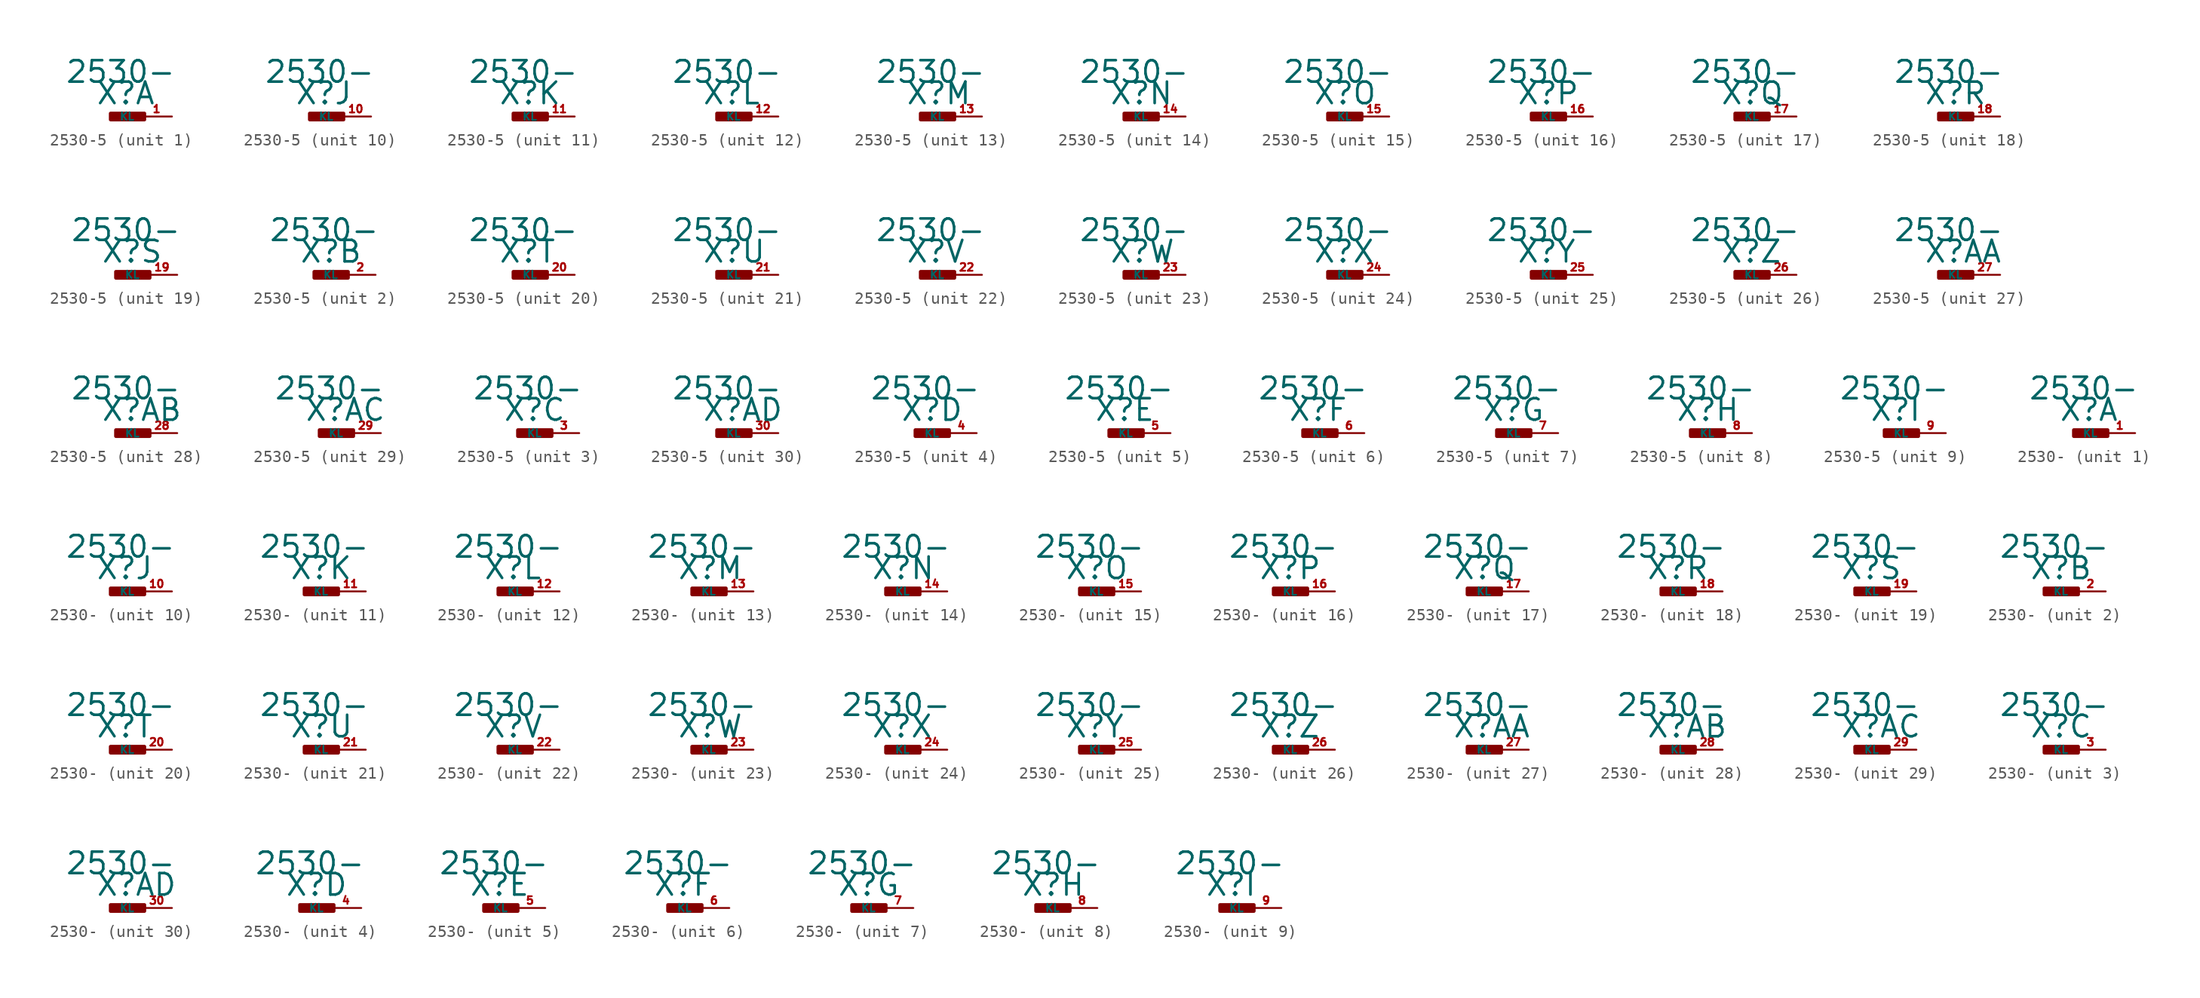
<source format=kicad_sym>
(kicad_symbol_lib
  (version 20220914)
  (generator Eagle2Kicad)
  (symbol "2530-5"
    (property "Reference" "X"
      (at -1.27 0.889 0)
      (effects (font (size 1.778 1.778) (thickness 0.22)) (justify left bottom)))
    (property "Value" "2530-"
      (at -3.81 2.667 0)
      (effects (font (size 1.778 1.778) (thickness 0.22)) (justify left bottom)))
    (symbol "2530-5_1_0"
      (rectangle (start 0 -0.254) (end 2.794 0.254) (stroke (width 0.3) (type default)) (fill (type outline)))
      (pin passive line (at 5.08 0 180) (length 2.54) (name "KL" (effects (font (size 0.635 0.635) (thickness 0.08)) (justify left bottom))) (number "1" (effects (font (size 0.635 0.635) (thickness 0.08)) (justify left bottom)))))
    (symbol "2530-5_2_0"
      (rectangle (start 0 -0.254) (end 2.794 0.254) (stroke (width 0.3) (type default)) (fill (type outline)))
      (pin passive line (at 5.08 0 180) (length 2.54) (name "KL" (effects (font (size 0.635 0.635) (thickness 0.08)) (justify left bottom))) (number "2" (effects (font (size 0.635 0.635) (thickness 0.08)) (justify left bottom)))))
    (symbol "2530-5_3_0"
      (rectangle (start 0 -0.254) (end 2.794 0.254) (stroke (width 0.3) (type default)) (fill (type outline)))
      (pin passive line (at 5.08 0 180) (length 2.54) (name "KL" (effects (font (size 0.635 0.635) (thickness 0.08)) (justify left bottom))) (number "3" (effects (font (size 0.635 0.635) (thickness 0.08)) (justify left bottom)))))
    (symbol "2530-5_4_0"
      (rectangle (start 0 -0.254) (end 2.794 0.254) (stroke (width 0.3) (type default)) (fill (type outline)))
      (pin passive line (at 5.08 0 180) (length 2.54) (name "KL" (effects (font (size 0.635 0.635) (thickness 0.08)) (justify left bottom))) (number "4" (effects (font (size 0.635 0.635) (thickness 0.08)) (justify left bottom)))))
    (symbol "2530-5_5_0"
      (rectangle (start 0 -0.254) (end 2.794 0.254) (stroke (width 0.3) (type default)) (fill (type outline)))
      (pin passive line (at 5.08 0 180) (length 2.54) (name "KL" (effects (font (size 0.635 0.635) (thickness 0.08)) (justify left bottom))) (number "5" (effects (font (size 0.635 0.635) (thickness 0.08)) (justify left bottom)))))
    (symbol "2530-5_6_0"
      (rectangle (start 0 -0.254) (end 2.794 0.254) (stroke (width 0.3) (type default)) (fill (type outline)))
      (pin passive line (at 5.08 0 180) (length 2.54) (name "KL" (effects (font (size 0.635 0.635) (thickness 0.08)) (justify left bottom))) (number "6" (effects (font (size 0.635 0.635) (thickness 0.08)) (justify left bottom)))))
    (symbol "2530-5_7_0"
      (rectangle (start 0 -0.254) (end 2.794 0.254) (stroke (width 0.3) (type default)) (fill (type outline)))
      (pin passive line (at 5.08 0 180) (length 2.54) (name "KL" (effects (font (size 0.635 0.635) (thickness 0.08)) (justify left bottom))) (number "7" (effects (font (size 0.635 0.635) (thickness 0.08)) (justify left bottom)))))
    (symbol "2530-5_8_0"
      (rectangle (start 0 -0.254) (end 2.794 0.254) (stroke (width 0.3) (type default)) (fill (type outline)))
      (pin passive line (at 5.08 0 180) (length 2.54) (name "KL" (effects (font (size 0.635 0.635) (thickness 0.08)) (justify left bottom))) (number "8" (effects (font (size 0.635 0.635) (thickness 0.08)) (justify left bottom)))))
    (symbol "2530-5_9_0"
      (rectangle (start 0 -0.254) (end 2.794 0.254) (stroke (width 0.3) (type default)) (fill (type outline)))
      (pin passive line (at 5.08 0 180) (length 2.54) (name "KL" (effects (font (size 0.635 0.635) (thickness 0.08)) (justify left bottom))) (number "9" (effects (font (size 0.635 0.635) (thickness 0.08)) (justify left bottom)))))
    (symbol "2530-5_10_0"
      (rectangle (start 0 -0.254) (end 2.794 0.254) (stroke (width 0.3) (type default)) (fill (type outline)))
      (pin passive line (at 5.08 0 180) (length 2.54) (name "KL" (effects (font (size 0.635 0.635) (thickness 0.08)) (justify left bottom))) (number "10" (effects (font (size 0.635 0.635) (thickness 0.08)) (justify left bottom)))))
    (symbol "2530-5_11_0"
      (rectangle (start 0 -0.254) (end 2.794 0.254) (stroke (width 0.3) (type default)) (fill (type outline)))
      (pin passive line (at 5.08 0 180) (length 2.54) (name "KL" (effects (font (size 0.635 0.635) (thickness 0.08)) (justify left bottom))) (number "11" (effects (font (size 0.635 0.635) (thickness 0.08)) (justify left bottom)))))
    (symbol "2530-5_12_0"
      (rectangle (start 0 -0.254) (end 2.794 0.254) (stroke (width 0.3) (type default)) (fill (type outline)))
      (pin passive line (at 5.08 0 180) (length 2.54) (name "KL" (effects (font (size 0.635 0.635) (thickness 0.08)) (justify left bottom))) (number "12" (effects (font (size 0.635 0.635) (thickness 0.08)) (justify left bottom)))))
    (symbol "2530-5_13_0"
      (rectangle (start 0 -0.254) (end 2.794 0.254) (stroke (width 0.3) (type default)) (fill (type outline)))
      (pin passive line (at 5.08 0 180) (length 2.54) (name "KL" (effects (font (size 0.635 0.635) (thickness 0.08)) (justify left bottom))) (number "13" (effects (font (size 0.635 0.635) (thickness 0.08)) (justify left bottom)))))
    (symbol "2530-5_14_0"
      (rectangle (start 0 -0.254) (end 2.794 0.254) (stroke (width 0.3) (type default)) (fill (type outline)))
      (pin passive line (at 5.08 0 180) (length 2.54) (name "KL" (effects (font (size 0.635 0.635) (thickness 0.08)) (justify left bottom))) (number "14" (effects (font (size 0.635 0.635) (thickness 0.08)) (justify left bottom)))))
    (symbol "2530-5_15_0"
      (rectangle (start 0 -0.254) (end 2.794 0.254) (stroke (width 0.3) (type default)) (fill (type outline)))
      (pin passive line (at 5.08 0 180) (length 2.54) (name "KL" (effects (font (size 0.635 0.635) (thickness 0.08)) (justify left bottom))) (number "15" (effects (font (size 0.635 0.635) (thickness 0.08)) (justify left bottom)))))
    (symbol "2530-5_16_0"
      (rectangle (start 0 -0.254) (end 2.794 0.254) (stroke (width 0.3) (type default)) (fill (type outline)))
      (pin passive line (at 5.08 0 180) (length 2.54) (name "KL" (effects (font (size 0.635 0.635) (thickness 0.08)) (justify left bottom))) (number "16" (effects (font (size 0.635 0.635) (thickness 0.08)) (justify left bottom)))))
    (symbol "2530-5_17_0"
      (rectangle (start 0 -0.254) (end 2.794 0.254) (stroke (width 0.3) (type default)) (fill (type outline)))
      (pin passive line (at 5.08 0 180) (length 2.54) (name "KL" (effects (font (size 0.635 0.635) (thickness 0.08)) (justify left bottom))) (number "17" (effects (font (size 0.635 0.635) (thickness 0.08)) (justify left bottom)))))
    (symbol "2530-5_18_0"
      (rectangle (start 0 -0.254) (end 2.794 0.254) (stroke (width 0.3) (type default)) (fill (type outline)))
      (pin passive line (at 5.08 0 180) (length 2.54) (name "KL" (effects (font (size 0.635 0.635) (thickness 0.08)) (justify left bottom))) (number "18" (effects (font (size 0.635 0.635) (thickness 0.08)) (justify left bottom)))))
    (symbol "2530-5_19_0"
      (rectangle (start 0 -0.254) (end 2.794 0.254) (stroke (width 0.3) (type default)) (fill (type outline)))
      (pin passive line (at 5.08 0 180) (length 2.54) (name "KL" (effects (font (size 0.635 0.635) (thickness 0.08)) (justify left bottom))) (number "19" (effects (font (size 0.635 0.635) (thickness 0.08)) (justify left bottom)))))
    (symbol "2530-5_20_0"
      (rectangle (start 0 -0.254) (end 2.794 0.254) (stroke (width 0.3) (type default)) (fill (type outline)))
      (pin passive line (at 5.08 0 180) (length 2.54) (name "KL" (effects (font (size 0.635 0.635) (thickness 0.08)) (justify left bottom))) (number "20" (effects (font (size 0.635 0.635) (thickness 0.08)) (justify left bottom)))))
    (symbol "2530-5_21_0"
      (rectangle (start 0 -0.254) (end 2.794 0.254) (stroke (width 0.3) (type default)) (fill (type outline)))
      (pin passive line (at 5.08 0 180) (length 2.54) (name "KL" (effects (font (size 0.635 0.635) (thickness 0.08)) (justify left bottom))) (number "21" (effects (font (size 0.635 0.635) (thickness 0.08)) (justify left bottom)))))
    (symbol "2530-5_22_0"
      (rectangle (start 0 -0.254) (end 2.794 0.254) (stroke (width 0.3) (type default)) (fill (type outline)))
      (pin passive line (at 5.08 0 180) (length 2.54) (name "KL" (effects (font (size 0.635 0.635) (thickness 0.08)) (justify left bottom))) (number "22" (effects (font (size 0.635 0.635) (thickness 0.08)) (justify left bottom)))))
    (symbol "2530-5_23_0"
      (rectangle (start 0 -0.254) (end 2.794 0.254) (stroke (width 0.3) (type default)) (fill (type outline)))
      (pin passive line (at 5.08 0 180) (length 2.54) (name "KL" (effects (font (size 0.635 0.635) (thickness 0.08)) (justify left bottom))) (number "23" (effects (font (size 0.635 0.635) (thickness 0.08)) (justify left bottom)))))
    (symbol "2530-5_24_0"
      (rectangle (start 0 -0.254) (end 2.794 0.254) (stroke (width 0.3) (type default)) (fill (type outline)))
      (pin passive line (at 5.08 0 180) (length 2.54) (name "KL" (effects (font (size 0.635 0.635) (thickness 0.08)) (justify left bottom))) (number "24" (effects (font (size 0.635 0.635) (thickness 0.08)) (justify left bottom)))))
    (symbol "2530-5_25_0"
      (rectangle (start 0 -0.254) (end 2.794 0.254) (stroke (width 0.3) (type default)) (fill (type outline)))
      (pin passive line (at 5.08 0 180) (length 2.54) (name "KL" (effects (font (size 0.635 0.635) (thickness 0.08)) (justify left bottom))) (number "25" (effects (font (size 0.635 0.635) (thickness 0.08)) (justify left bottom)))))
    (symbol "2530-5_26_0"
      (rectangle (start 0 -0.254) (end 2.794 0.254) (stroke (width 0.3) (type default)) (fill (type outline)))
      (pin passive line (at 5.08 0 180) (length 2.54) (name "KL" (effects (font (size 0.635 0.635) (thickness 0.08)) (justify left bottom))) (number "26" (effects (font (size 0.635 0.635) (thickness 0.08)) (justify left bottom)))))
    (symbol "2530-5_27_0"
      (rectangle (start 0 -0.254) (end 2.794 0.254) (stroke (width 0.3) (type default)) (fill (type outline)))
      (pin passive line (at 5.08 0 180) (length 2.54) (name "KL" (effects (font (size 0.635 0.635) (thickness 0.08)) (justify left bottom))) (number "27" (effects (font (size 0.635 0.635) (thickness 0.08)) (justify left bottom)))))
    (symbol "2530-5_28_0"
      (rectangle (start 0 -0.254) (end 2.794 0.254) (stroke (width 0.3) (type default)) (fill (type outline)))
      (pin passive line (at 5.08 0 180) (length 2.54) (name "KL" (effects (font (size 0.635 0.635) (thickness 0.08)) (justify left bottom))) (number "28" (effects (font (size 0.635 0.635) (thickness 0.08)) (justify left bottom)))))
    (symbol "2530-5_29_0"
      (rectangle (start 0 -0.254) (end 2.794 0.254) (stroke (width 0.3) (type default)) (fill (type outline)))
      (pin passive line (at 5.08 0 180) (length 2.54) (name "KL" (effects (font (size 0.635 0.635) (thickness 0.08)) (justify left bottom))) (number "29" (effects (font (size 0.635 0.635) (thickness 0.08)) (justify left bottom)))))
    (symbol "2530-5_30_0"
      (rectangle (start 0 -0.254) (end 2.794 0.254) (stroke (width 0.3) (type default)) (fill (type outline)))
      (pin passive line (at 5.08 0 180) (length 2.54) (name "KL" (effects (font (size 0.635 0.635) (thickness 0.08)) (justify left bottom))) (number "30" (effects (font (size 0.635 0.635) (thickness 0.08)) (justify left bottom))))))
  (symbol "2530-"
    (property "Reference" "X"
      (at -1.27 0.889 0)
      (effects (font (size 1.778 1.778) (thickness 0.22)) (justify left bottom)))
    (property "Value" "2530-"
      (at -3.81 2.667 0)
      (effects (font (size 1.778 1.778) (thickness 0.22)) (justify left bottom)))
    (symbol "2530-_1_0"
      (rectangle (start 0 -0.254) (end 2.794 0.254) (stroke (width 0.3) (type default)) (fill (type outline)))
      (pin passive line (at 5.08 0 180) (length 2.54) (name "KL" (effects (font (size 0.635 0.635) (thickness 0.08)) (justify left bottom))) (number "1" (effects (font (size 0.635 0.635) (thickness 0.08)) (justify left bottom)))))
    (symbol "2530-_2_0"
      (rectangle (start 0 -0.254) (end 2.794 0.254) (stroke (width 0.3) (type default)) (fill (type outline)))
      (pin passive line (at 5.08 0 180) (length 2.54) (name "KL" (effects (font (size 0.635 0.635) (thickness 0.08)) (justify left bottom))) (number "2" (effects (font (size 0.635 0.635) (thickness 0.08)) (justify left bottom)))))
    (symbol "2530-_3_0"
      (rectangle (start 0 -0.254) (end 2.794 0.254) (stroke (width 0.3) (type default)) (fill (type outline)))
      (pin passive line (at 5.08 0 180) (length 2.54) (name "KL" (effects (font (size 0.635 0.635) (thickness 0.08)) (justify left bottom))) (number "3" (effects (font (size 0.635 0.635) (thickness 0.08)) (justify left bottom)))))
    (symbol "2530-_4_0"
      (rectangle (start 0 -0.254) (end 2.794 0.254) (stroke (width 0.3) (type default)) (fill (type outline)))
      (pin passive line (at 5.08 0 180) (length 2.54) (name "KL" (effects (font (size 0.635 0.635) (thickness 0.08)) (justify left bottom))) (number "4" (effects (font (size 0.635 0.635) (thickness 0.08)) (justify left bottom)))))
    (symbol "2530-_5_0"
      (rectangle (start 0 -0.254) (end 2.794 0.254) (stroke (width 0.3) (type default)) (fill (type outline)))
      (pin passive line (at 5.08 0 180) (length 2.54) (name "KL" (effects (font (size 0.635 0.635) (thickness 0.08)) (justify left bottom))) (number "5" (effects (font (size 0.635 0.635) (thickness 0.08)) (justify left bottom)))))
    (symbol "2530-_6_0"
      (rectangle (start 0 -0.254) (end 2.794 0.254) (stroke (width 0.3) (type default)) (fill (type outline)))
      (pin passive line (at 5.08 0 180) (length 2.54) (name "KL" (effects (font (size 0.635 0.635) (thickness 0.08)) (justify left bottom))) (number "6" (effects (font (size 0.635 0.635) (thickness 0.08)) (justify left bottom)))))
    (symbol "2530-_7_0"
      (rectangle (start 0 -0.254) (end 2.794 0.254) (stroke (width 0.3) (type default)) (fill (type outline)))
      (pin passive line (at 5.08 0 180) (length 2.54) (name "KL" (effects (font (size 0.635 0.635) (thickness 0.08)) (justify left bottom))) (number "7" (effects (font (size 0.635 0.635) (thickness 0.08)) (justify left bottom)))))
    (symbol "2530-_8_0"
      (rectangle (start 0 -0.254) (end 2.794 0.254) (stroke (width 0.3) (type default)) (fill (type outline)))
      (pin passive line (at 5.08 0 180) (length 2.54) (name "KL" (effects (font (size 0.635 0.635) (thickness 0.08)) (justify left bottom))) (number "8" (effects (font (size 0.635 0.635) (thickness 0.08)) (justify left bottom)))))
    (symbol "2530-_9_0"
      (rectangle (start 0 -0.254) (end 2.794 0.254) (stroke (width 0.3) (type default)) (fill (type outline)))
      (pin passive line (at 5.08 0 180) (length 2.54) (name "KL" (effects (font (size 0.635 0.635) (thickness 0.08)) (justify left bottom))) (number "9" (effects (font (size 0.635 0.635) (thickness 0.08)) (justify left bottom)))))
    (symbol "2530-_10_0"
      (rectangle (start 0 -0.254) (end 2.794 0.254) (stroke (width 0.3) (type default)) (fill (type outline)))
      (pin passive line (at 5.08 0 180) (length 2.54) (name "KL" (effects (font (size 0.635 0.635) (thickness 0.08)) (justify left bottom))) (number "10" (effects (font (size 0.635 0.635) (thickness 0.08)) (justify left bottom)))))
    (symbol "2530-_11_0"
      (rectangle (start 0 -0.254) (end 2.794 0.254) (stroke (width 0.3) (type default)) (fill (type outline)))
      (pin passive line (at 5.08 0 180) (length 2.54) (name "KL" (effects (font (size 0.635 0.635) (thickness 0.08)) (justify left bottom))) (number "11" (effects (font (size 0.635 0.635) (thickness 0.08)) (justify left bottom)))))
    (symbol "2530-_12_0"
      (rectangle (start 0 -0.254) (end 2.794 0.254) (stroke (width 0.3) (type default)) (fill (type outline)))
      (pin passive line (at 5.08 0 180) (length 2.54) (name "KL" (effects (font (size 0.635 0.635) (thickness 0.08)) (justify left bottom))) (number "12" (effects (font (size 0.635 0.635) (thickness 0.08)) (justify left bottom)))))
    (symbol "2530-_13_0"
      (rectangle (start 0 -0.254) (end 2.794 0.254) (stroke (width 0.3) (type default)) (fill (type outline)))
      (pin passive line (at 5.08 0 180) (length 2.54) (name "KL" (effects (font (size 0.635 0.635) (thickness 0.08)) (justify left bottom))) (number "13" (effects (font (size 0.635 0.635) (thickness 0.08)) (justify left bottom)))))
    (symbol "2530-_14_0"
      (rectangle (start 0 -0.254) (end 2.794 0.254) (stroke (width 0.3) (type default)) (fill (type outline)))
      (pin passive line (at 5.08 0 180) (length 2.54) (name "KL" (effects (font (size 0.635 0.635) (thickness 0.08)) (justify left bottom))) (number "14" (effects (font (size 0.635 0.635) (thickness 0.08)) (justify left bottom)))))
    (symbol "2530-_15_0"
      (rectangle (start 0 -0.254) (end 2.794 0.254) (stroke (width 0.3) (type default)) (fill (type outline)))
      (pin passive line (at 5.08 0 180) (length 2.54) (name "KL" (effects (font (size 0.635 0.635) (thickness 0.08)) (justify left bottom))) (number "15" (effects (font (size 0.635 0.635) (thickness 0.08)) (justify left bottom)))))
    (symbol "2530-_16_0"
      (rectangle (start 0 -0.254) (end 2.794 0.254) (stroke (width 0.3) (type default)) (fill (type outline)))
      (pin passive line (at 5.08 0 180) (length 2.54) (name "KL" (effects (font (size 0.635 0.635) (thickness 0.08)) (justify left bottom))) (number "16" (effects (font (size 0.635 0.635) (thickness 0.08)) (justify left bottom)))))
    (symbol "2530-_17_0"
      (rectangle (start 0 -0.254) (end 2.794 0.254) (stroke (width 0.3) (type default)) (fill (type outline)))
      (pin passive line (at 5.08 0 180) (length 2.54) (name "KL" (effects (font (size 0.635 0.635) (thickness 0.08)) (justify left bottom))) (number "17" (effects (font (size 0.635 0.635) (thickness 0.08)) (justify left bottom)))))
    (symbol "2530-_18_0"
      (rectangle (start 0 -0.254) (end 2.794 0.254) (stroke (width 0.3) (type default)) (fill (type outline)))
      (pin passive line (at 5.08 0 180) (length 2.54) (name "KL" (effects (font (size 0.635 0.635) (thickness 0.08)) (justify left bottom))) (number "18" (effects (font (size 0.635 0.635) (thickness 0.08)) (justify left bottom)))))
    (symbol "2530-_19_0"
      (rectangle (start 0 -0.254) (end 2.794 0.254) (stroke (width 0.3) (type default)) (fill (type outline)))
      (pin passive line (at 5.08 0 180) (length 2.54) (name "KL" (effects (font (size 0.635 0.635) (thickness 0.08)) (justify left bottom))) (number "19" (effects (font (size 0.635 0.635) (thickness 0.08)) (justify left bottom)))))
    (symbol "2530-_20_0"
      (rectangle (start 0 -0.254) (end 2.794 0.254) (stroke (width 0.3) (type default)) (fill (type outline)))
      (pin passive line (at 5.08 0 180) (length 2.54) (name "KL" (effects (font (size 0.635 0.635) (thickness 0.08)) (justify left bottom))) (number "20" (effects (font (size 0.635 0.635) (thickness 0.08)) (justify left bottom)))))
    (symbol "2530-_21_0"
      (rectangle (start 0 -0.254) (end 2.794 0.254) (stroke (width 0.3) (type default)) (fill (type outline)))
      (pin passive line (at 5.08 0 180) (length 2.54) (name "KL" (effects (font (size 0.635 0.635) (thickness 0.08)) (justify left bottom))) (number "21" (effects (font (size 0.635 0.635) (thickness 0.08)) (justify left bottom)))))
    (symbol "2530-_22_0"
      (rectangle (start 0 -0.254) (end 2.794 0.254) (stroke (width 0.3) (type default)) (fill (type outline)))
      (pin passive line (at 5.08 0 180) (length 2.54) (name "KL" (effects (font (size 0.635 0.635) (thickness 0.08)) (justify left bottom))) (number "22" (effects (font (size 0.635 0.635) (thickness 0.08)) (justify left bottom)))))
    (symbol "2530-_23_0"
      (rectangle (start 0 -0.254) (end 2.794 0.254) (stroke (width 0.3) (type default)) (fill (type outline)))
      (pin passive line (at 5.08 0 180) (length 2.54) (name "KL" (effects (font (size 0.635 0.635) (thickness 0.08)) (justify left bottom))) (number "23" (effects (font (size 0.635 0.635) (thickness 0.08)) (justify left bottom)))))
    (symbol "2530-_24_0"
      (rectangle (start 0 -0.254) (end 2.794 0.254) (stroke (width 0.3) (type default)) (fill (type outline)))
      (pin passive line (at 5.08 0 180) (length 2.54) (name "KL" (effects (font (size 0.635 0.635) (thickness 0.08)) (justify left bottom))) (number "24" (effects (font (size 0.635 0.635) (thickness 0.08)) (justify left bottom)))))
    (symbol "2530-_25_0"
      (rectangle (start 0 -0.254) (end 2.794 0.254) (stroke (width 0.3) (type default)) (fill (type outline)))
      (pin passive line (at 5.08 0 180) (length 2.54) (name "KL" (effects (font (size 0.635 0.635) (thickness 0.08)) (justify left bottom))) (number "25" (effects (font (size 0.635 0.635) (thickness 0.08)) (justify left bottom)))))
    (symbol "2530-_26_0"
      (rectangle (start 0 -0.254) (end 2.794 0.254) (stroke (width 0.3) (type default)) (fill (type outline)))
      (pin passive line (at 5.08 0 180) (length 2.54) (name "KL" (effects (font (size 0.635 0.635) (thickness 0.08)) (justify left bottom))) (number "26" (effects (font (size 0.635 0.635) (thickness 0.08)) (justify left bottom)))))
    (symbol "2530-_27_0"
      (rectangle (start 0 -0.254) (end 2.794 0.254) (stroke (width 0.3) (type default)) (fill (type outline)))
      (pin passive line (at 5.08 0 180) (length 2.54) (name "KL" (effects (font (size 0.635 0.635) (thickness 0.08)) (justify left bottom))) (number "27" (effects (font (size 0.635 0.635) (thickness 0.08)) (justify left bottom)))))
    (symbol "2530-_28_0"
      (rectangle (start 0 -0.254) (end 2.794 0.254) (stroke (width 0.3) (type default)) (fill (type outline)))
      (pin passive line (at 5.08 0 180) (length 2.54) (name "KL" (effects (font (size 0.635 0.635) (thickness 0.08)) (justify left bottom))) (number "28" (effects (font (size 0.635 0.635) (thickness 0.08)) (justify left bottom)))))
    (symbol "2530-_29_0"
      (rectangle (start 0 -0.254) (end 2.794 0.254) (stroke (width 0.3) (type default)) (fill (type outline)))
      (pin passive line (at 5.08 0 180) (length 2.54) (name "KL" (effects (font (size 0.635 0.635) (thickness 0.08)) (justify left bottom))) (number "29" (effects (font (size 0.635 0.635) (thickness 0.08)) (justify left bottom)))))
    (symbol "2530-_30_0"
      (rectangle (start 0 -0.254) (end 2.794 0.254) (stroke (width 0.3) (type default)) (fill (type outline)))
      (pin passive line (at 5.08 0 180) (length 2.54) (name "KL" (effects (font (size 0.635 0.635) (thickness 0.08)) (justify left bottom))) (number "30" (effects (font (size 0.635 0.635) (thickness 0.08)) (justify left bottom)))))))
</source>
